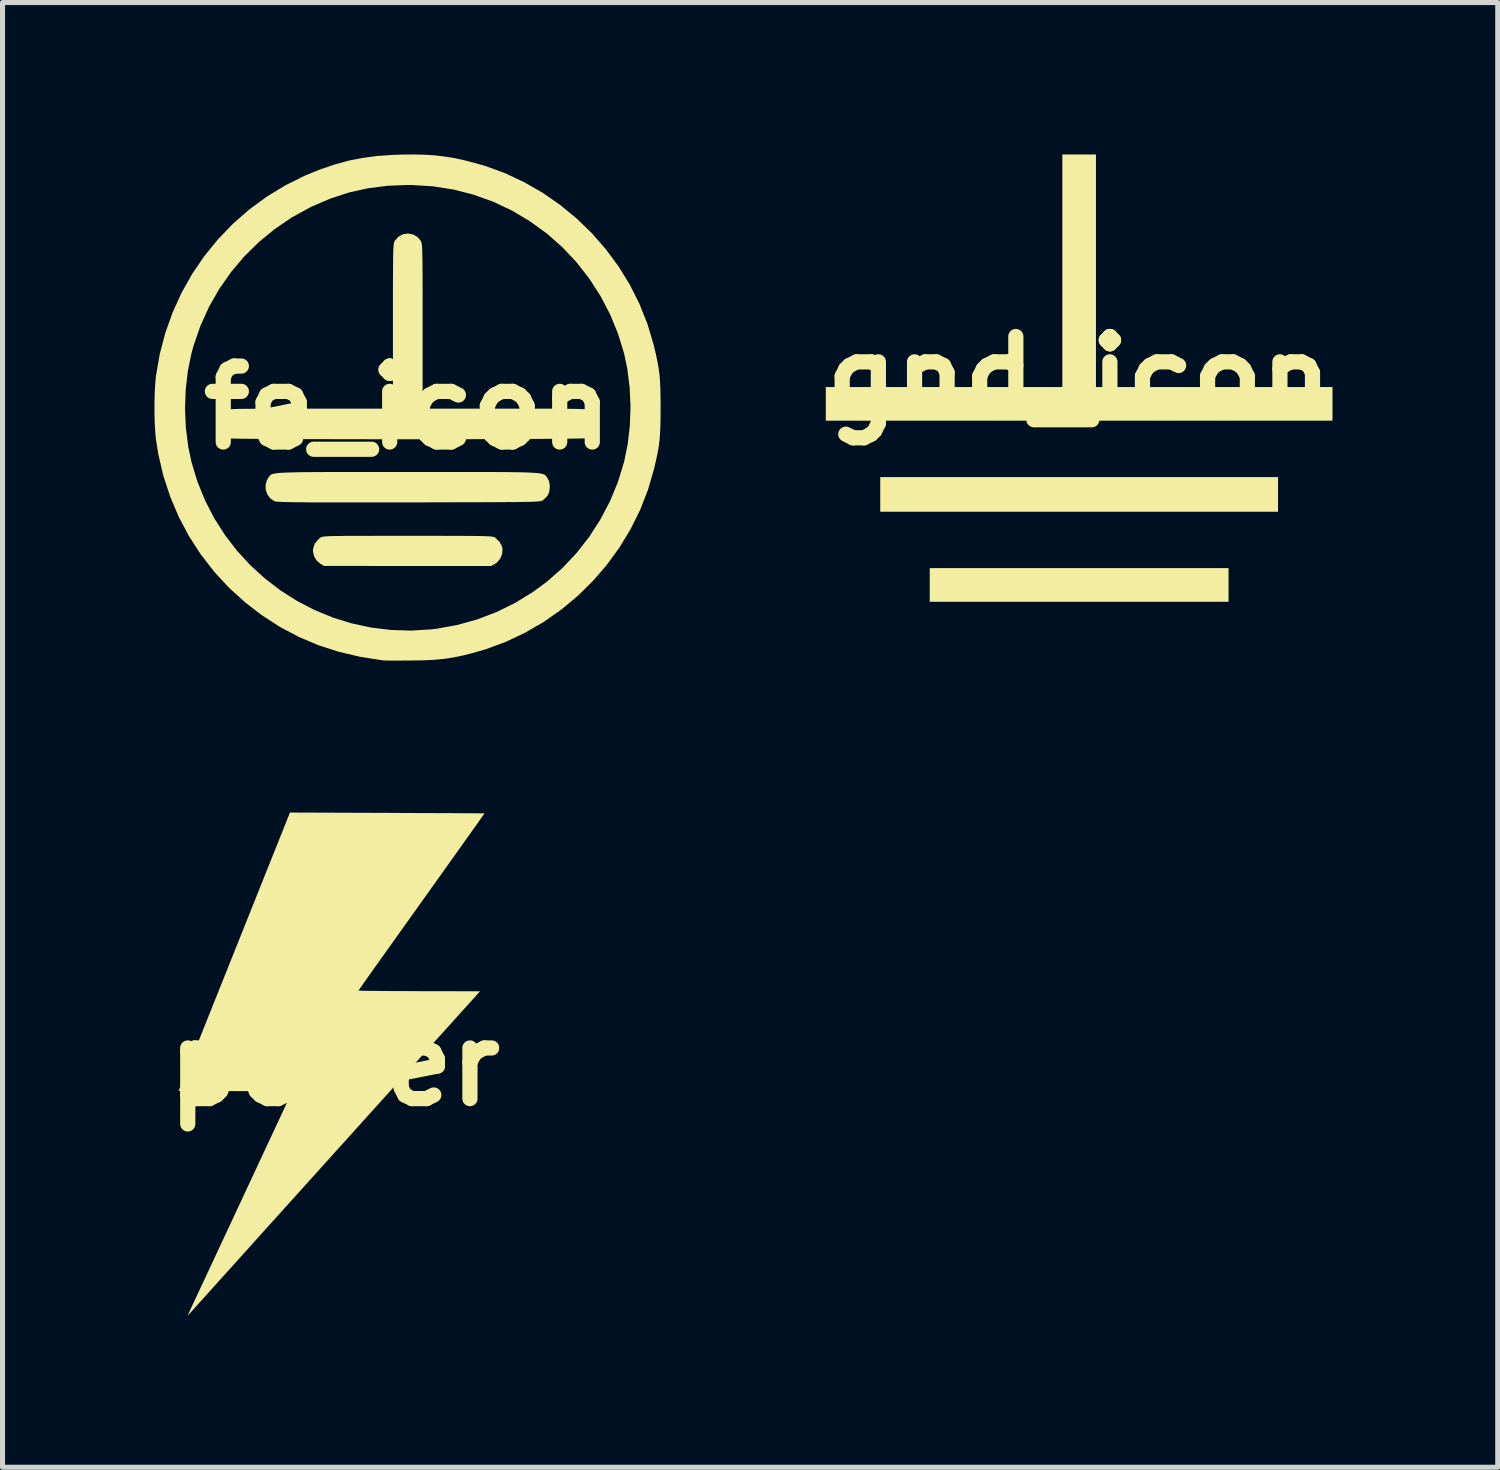
<source format=kicad_pcb>
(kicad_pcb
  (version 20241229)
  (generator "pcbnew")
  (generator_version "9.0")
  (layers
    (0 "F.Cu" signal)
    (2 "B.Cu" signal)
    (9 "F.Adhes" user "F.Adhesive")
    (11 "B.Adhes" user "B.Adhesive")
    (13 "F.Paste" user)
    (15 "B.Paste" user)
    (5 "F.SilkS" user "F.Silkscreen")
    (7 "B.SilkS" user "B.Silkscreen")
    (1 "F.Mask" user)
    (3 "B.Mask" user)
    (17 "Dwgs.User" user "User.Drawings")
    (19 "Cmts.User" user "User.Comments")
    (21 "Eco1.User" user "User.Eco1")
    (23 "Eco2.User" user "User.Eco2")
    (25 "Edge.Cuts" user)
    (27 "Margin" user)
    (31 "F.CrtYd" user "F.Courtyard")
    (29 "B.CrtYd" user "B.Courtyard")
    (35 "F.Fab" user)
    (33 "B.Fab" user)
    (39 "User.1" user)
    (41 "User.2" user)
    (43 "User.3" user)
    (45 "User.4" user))
  (footprint "gnd_icon"
    (layer "F.Cu")
    (at 18.257 4.416)
    (property "Reference" "gnd_icon" (at 0 0 0) (layer "F.SilkS") (effects (font (size 1.5 1.5) (thickness 0.3))))
    (attr board_only exclude_from_pos_files exclude_from_bom)
    (fp_poly (pts (xy 2.95 4.084) (xy 2.95 4.416) (xy 0 4.416) (xy -2.95 4.416) (xy -2.95 4.084) (xy -2.95 3.751) (xy 0 3.751) (xy 2.95 3.751)) (stroke (width 0) (type solid)) (fill yes) (layer "F.SilkS"))
    (fp_poly (pts (xy 3.927 2.296) (xy 3.927 2.638) (xy 0 2.638) (xy -3.927 2.638) (xy -3.927 2.296) (xy -3.927 1.954) (xy 0 1.954) (xy 3.927 1.954)) (stroke (width 0) (type solid)) (fill yes) (layer "F.SilkS"))
    (fp_poly (pts (xy 0.332 -2.12) (xy 0.332 0.176) (xy 2.667 0.176) (xy 5.002 0.176) (xy 5.002 0.508) (xy 5.002 0.84) (xy 0 0.84) (xy -5.002 0.84) (xy -5.002 0.508) (xy -5.002 0.176) (xy -2.667 0.176) (xy -0.332 0.176) (xy -0.332 -2.12) (xy -0.332 -4.416) (xy 0 -4.416) (xy 0.332 -4.416)) (stroke (width 0) (type solid)) (fill yes) (layer "F.SilkS")))
  (footprint "power"
    (layer "F.Cu")
    (at 3.55 17.963)
    (property "Reference" "power" (at 0 0 0) (layer "F.SilkS") (effects (font (size 1.5 1.5) (thickness 0.3))))
    (attr board_only exclude_from_pos_files exclude_from_bom)
    (fp_poly (pts (xy 1.044 -4.963) (xy 1.246 -4.962) (xy 1.443 -4.961) (xy 1.633 -4.96) (xy 1.814 -4.96) (xy 1.987 -4.959) (xy 2.149 -4.958) (xy 2.3 -4.958) (xy 2.438 -4.957) (xy 2.562 -4.956) (xy 2.672 -4.956) (xy 2.766 -4.955) (xy 2.844 -4.955) (xy 2.903 -4.954) (xy 2.943 -4.954) (xy 2.963 -4.954) (xy 2.965 -4.953) (xy 2.96 -4.945) (xy 2.942 -4.919) (xy 2.915 -4.88) (xy 2.877 -4.827) (xy 2.832 -4.762) (xy 2.779 -4.688) (xy 2.72 -4.605) (xy 2.656 -4.515) (xy 2.588 -4.419) (xy 2.584 -4.414) (xy 2.507 -4.306) (xy 2.42 -4.184) (xy 2.326 -4.052) (xy 2.226 -3.912) (xy 2.124 -3.768) (xy 2.021 -3.624) (xy 1.921 -3.483) (xy 1.825 -3.349) (xy 1.743 -3.235) (xy 1.654 -3.109) (xy 1.556 -2.972) (xy 1.453 -2.828) (xy 1.348 -2.68) (xy 1.242 -2.532) (xy 1.14 -2.388) (xy 1.042 -2.251) (xy 0.952 -2.125) (xy 0.883 -2.028) (xy 0.812 -1.929) (xy 0.746 -1.836) (xy 0.685 -1.75) (xy 0.629 -1.671) (xy 0.581 -1.603) (xy 0.541 -1.545) (xy 0.51 -1.501) (xy 0.489 -1.47) (xy 0.479 -1.455) (xy 0.479 -1.454) (xy 0.489 -1.453) (xy 0.52 -1.452) (xy 0.57 -1.451) (xy 0.638 -1.45) (xy 0.721 -1.449) (xy 0.82 -1.448) (xy 0.932 -1.447) (xy 1.056 -1.446) (xy 1.191 -1.445) (xy 1.335 -1.445) (xy 1.487 -1.444) (xy 1.645 -1.444) (xy 1.678 -1.443) (xy 2.878 -1.441) (xy 2.132 -0.613) (xy 1.916 -0.374) (xy 1.698 -0.132) (xy 1.478 0.112) (xy 1.259 0.356) (xy 1.041 0.598) (xy 0.825 0.837) (xy 0.614 1.071) (xy 0.409 1.299) (xy 0.21 1.52) (xy 0.019 1.731) (xy -0.162 1.932) (xy -0.331 2.12) (xy -0.489 2.295) (xy -0.577 2.392) (xy -0.766 2.603) (xy -0.951 2.807) (xy -1.13 3.006) (xy -1.303 3.197) (xy -1.468 3.381) (xy -1.626 3.557) (xy -1.776 3.723) (xy -1.917 3.88) (xy -2.049 4.026) (xy -2.171 4.161) (xy -2.282 4.284) (xy -2.381 4.395) (xy -2.469 4.492) (xy -2.544 4.576) (xy -2.606 4.645) (xy -2.654 4.698) (xy -2.663 4.707) (xy -2.727 4.779) (xy -2.779 4.837) (xy -2.818 4.881) (xy -2.848 4.913) (xy -2.869 4.935) (xy -2.882 4.949) (xy -2.889 4.956) (xy -2.892 4.957) (xy -2.892 4.954) (xy -2.889 4.948) (xy -2.889 4.947) (xy -2.883 4.934) (xy -2.869 4.903) (xy -2.848 4.858) (xy -2.822 4.801) (xy -2.791 4.734) (xy -2.757 4.662) (xy -2.748 4.643) (xy -2.714 4.571) (xy -2.673 4.483) (xy -2.626 4.383) (xy -2.575 4.274) (xy -2.522 4.161) (xy -2.468 4.046) (xy -2.416 3.934) (xy -2.387 3.871) (xy -2.336 3.763) (xy -2.279 3.639) (xy -2.216 3.504) (xy -2.149 3.363) (xy -2.082 3.218) (xy -2.015 3.076) (xy -1.952 2.939) (xy -1.893 2.813) (xy -1.889 2.805) (xy -1.837 2.695) (xy -1.787 2.586) (xy -1.738 2.481) (xy -1.692 2.383) (xy -1.65 2.293) (xy -1.613 2.214) (xy -1.583 2.149) (xy -1.56 2.1) (xy -1.549 2.077) (xy -1.533 2.042) (xy -1.508 1.989) (xy -1.477 1.92) (xy -1.438 1.839) (xy -1.395 1.745) (xy -1.347 1.643) (xy -1.296 1.533) (xy -1.242 1.418) (xy -1.187 1.3) (xy -1.164 1.25) (xy -1.11 1.136) (xy -1.059 1.027) (xy -1.012 0.926) (xy -0.969 0.833) (xy -0.931 0.75) (xy -0.898 0.68) (xy -0.872 0.623) (xy -0.853 0.582) (xy -0.843 0.558) (xy -0.84 0.552) (xy -0.84 0.549) (xy -0.843 0.546) (xy -0.849 0.544) (xy -0.861 0.542) (xy -0.879 0.54) (xy -0.904 0.538) (xy -0.938 0.537) (xy -0.983 0.536) (xy -1.038 0.535) (xy -1.106 0.534) (xy -1.187 0.533) (xy -1.284 0.532) (xy -1.396 0.532) (xy -1.526 0.531) (xy -1.675 0.531) (xy -1.843 0.53) (xy -1.954 0.53) (xy -3.073 0.527) (xy -1.974 -2.221) (xy -0.875 -4.97)) (stroke (width 0) (type solid)) (fill yes) (layer "F.SilkS")))
  (footprint "fe_icon"
    (layer "F.Cu")
    (at 5.001 4.999)
    (property "Reference" "fe_icon" (at 0 0 0) (layer "F.SilkS") (effects (font (size 1.5 1.5) (thickness 0.3))))
    (attr board_only exclude_from_pos_files exclude_from_bom)
    (fp_poly (pts (xy 0.294 2.53) (xy 0.552 2.53) (xy 0.776 2.531) (xy 0.969 2.531) (xy 1.132 2.532) (xy 1.269 2.532) (xy 1.382 2.534) (xy 1.473 2.535) (xy 1.545 2.538) (xy 1.601 2.54) (xy 1.643 2.544) (xy 1.674 2.548) (xy 1.696 2.552) (xy 1.711 2.558) (xy 1.722 2.564) (xy 1.731 2.571) (xy 1.813 2.65) (xy 1.86 2.741) (xy 1.87 2.789) (xy 1.864 2.887) (xy 1.826 2.98) (xy 1.762 3.056) (xy 1.722 3.083) (xy 1.646 3.126) (xy -0.003 3.126) (xy -1.651 3.125) (xy -1.724 3.083) (xy -1.799 3.019) (xy -1.85 2.933) (xy -1.872 2.836) (xy -1.87 2.789) (xy -1.839 2.691) (xy -1.774 2.607) (xy -1.731 2.571) (xy -1.721 2.563) (xy -1.71 2.557) (xy -1.694 2.552) (xy -1.672 2.547) (xy -1.64 2.543) (xy -1.597 2.54) (xy -1.54 2.537) (xy -1.466 2.535) (xy -1.373 2.534) (xy -1.258 2.532) (xy -1.119 2.531) (xy -0.953 2.531) (xy -0.759 2.531) (xy -0.532 2.53) (xy -0.271 2.53) (xy 0 2.53)) (stroke (width 0) (type solid)) (fill yes) (layer "F.SilkS"))
    (fp_poly (pts (xy 1.022 1.27) (xy 1.293 1.27) (xy 1.533 1.27) (xy 1.745 1.271) (xy 1.929 1.272) (xy 2.087 1.274) (xy 2.223 1.276) (xy 2.337 1.279) (xy 2.432 1.283) (xy 2.509 1.288) (xy 2.571 1.293) (xy 2.62 1.3) (xy 2.658 1.308) (xy 2.685 1.317) (xy 2.706 1.327) (xy 2.721 1.339) (xy 2.732 1.352) (xy 2.742 1.366) (xy 2.752 1.383) (xy 2.76 1.395) (xy 2.789 1.45) (xy 2.802 1.518) (xy 2.804 1.567) (xy 2.794 1.663) (xy 2.759 1.739) (xy 2.693 1.807) (xy 2.669 1.826) (xy 2.661 1.831) (xy 2.652 1.837) (xy 2.639 1.841) (xy 2.621 1.845) (xy 2.596 1.849) (xy 2.561 1.852) (xy 2.515 1.855) (xy 2.456 1.858) (xy 2.381 1.86) (xy 2.29 1.861) (xy 2.178 1.863) (xy 2.046 1.864) (xy 1.89 1.865) (xy 1.709 1.866) (xy 1.501 1.867) (xy 1.263 1.868) (xy 0.994 1.868) (xy 0.692 1.869) (xy 0.355 1.87) (xy 0.023 1.87) (xy -0.359 1.871) (xy -0.703 1.871) (xy -1.012 1.871) (xy -1.287 1.871) (xy -1.531 1.871) (xy -1.744 1.87) (xy -1.93 1.87) (xy -2.089 1.868) (xy -2.223 1.867) (xy -2.335 1.865) (xy -2.426 1.863) (xy -2.497 1.861) (xy -2.552 1.858) (xy -2.591 1.855) (xy -2.616 1.852) (xy -2.629 1.848) (xy -2.714 1.792) (xy -2.773 1.712) (xy -2.805 1.618) (xy -2.807 1.519) (xy -2.777 1.423) (xy -2.755 1.388) (xy -2.744 1.371) (xy -2.735 1.356) (xy -2.725 1.343) (xy -2.712 1.331) (xy -2.695 1.32) (xy -2.672 1.311) (xy -2.64 1.303) (xy -2.598 1.296) (xy -2.544 1.29) (xy -2.475 1.285) (xy -2.39 1.281) (xy -2.287 1.278) (xy -2.164 1.275) (xy -2.018 1.273) (xy -1.848 1.272) (xy -1.652 1.271) (xy -1.428 1.27) (xy -1.174 1.27) (xy -0.888 1.27) (xy -0.568 1.27) (xy -0.211 1.27) (xy 0 1.27) (xy 0.377 1.27) (xy 0.717 1.27)) (stroke (width 0) (type solid)) (fill yes) (layer "F.SilkS"))
    (fp_poly (pts (xy 0.105 -3.42) (xy 0.194 -3.368) (xy 0.254 -3.297) (xy 0.261 -3.285) (xy 0.267 -3.271) (xy 0.272 -3.252) (xy 0.277 -3.226) (xy 0.281 -3.19) (xy 0.284 -3.142) (xy 0.286 -3.08) (xy 0.288 -2.999) (xy 0.29 -2.899) (xy 0.291 -2.777) (xy 0.292 -2.629) (xy 0.292 -2.453) (xy 0.293 -2.247) (xy 0.293 -2.008) (xy 0.293 -1.734) (xy 0.293 -1.607) (xy 0.293 0.02) (xy 1.92 0.02) (xy 2.21 0.02) (xy 2.463 0.02) (xy 2.682 0.02) (xy 2.871 0.02) (xy 3.03 0.021) (xy 3.163 0.022) (xy 3.272 0.024) (xy 3.361 0.025) (xy 3.431 0.028) (xy 3.484 0.031) (xy 3.525 0.034) (xy 3.555 0.038) (xy 3.576 0.043) (xy 3.592 0.049) (xy 3.605 0.055) (xy 3.61 0.059) (xy 3.687 0.126) (xy 3.734 0.208) (xy 3.752 0.299) (xy 3.742 0.39) (xy 3.704 0.475) (xy 3.64 0.546) (xy 3.552 0.596) (xy 3.527 0.604) (xy 3.499 0.606) (xy 3.435 0.608) (xy 3.336 0.61) (xy 3.206 0.612) (xy 3.046 0.614) (xy 2.859 0.615) (xy 2.648 0.617) (xy 2.414 0.618) (xy 2.161 0.619) (xy 1.891 0.62) (xy 1.605 0.621) (xy 1.308 0.622) (xy 1 0.623) (xy 0.685 0.623) (xy 0.364 0.623) (xy 0.041 0.624) (xy -0.283 0.624) (xy -0.604 0.624) (xy -0.921 0.623) (xy -1.231 0.623) (xy -1.532 0.622) (xy -1.821 0.622) (xy -2.095 0.621) (xy -2.354 0.62) (xy -2.593 0.619) (xy -2.81 0.617) (xy -3.004 0.616) (xy -3.171 0.614) (xy -3.31 0.613) (xy -3.417 0.611) (xy -3.491 0.609) (xy -3.529 0.606) (xy -3.533 0.606) (xy -3.622 0.567) (xy -3.688 0.504) (xy -3.731 0.423) (xy -3.749 0.333) (xy -3.741 0.241) (xy -3.706 0.154) (xy -3.643 0.082) (xy -3.61 0.059) (xy -3.598 0.052) (xy -3.583 0.046) (xy -3.565 0.04) (xy -3.539 0.036) (xy -3.503 0.032) (xy -3.455 0.029) (xy -3.392 0.026) (xy -3.312 0.024) (xy -3.212 0.023) (xy -3.089 0.022) (xy -2.941 0.021) (xy -2.766 0.02) (xy -2.56 0.02) (xy -2.321 0.02) (xy -2.047 0.02) (xy -1.92 0.02) (xy -0.293 0.02) (xy -0.293 -1.607) (xy -0.293 -1.897) (xy -0.293 -2.15) (xy -0.293 -2.37) (xy -0.292 -2.558) (xy -0.291 -2.717) (xy -0.29 -2.85) (xy -0.289 -2.96) (xy -0.287 -3.048) (xy -0.285 -3.118) (xy -0.282 -3.172) (xy -0.278 -3.212) (xy -0.274 -3.242) (xy -0.269 -3.264) (xy -0.264 -3.279) (xy -0.257 -3.292) (xy -0.254 -3.297) (xy -0.184 -3.376) (xy -0.093 -3.424) (xy 0 -3.439)) (stroke (width 0) (type solid)) (fill yes) (layer "F.SilkS"))
    (fp_poly (pts (xy 0.337 -4.994) (xy 0.531 -4.982) (xy 0.717 -4.96) (xy 0.905 -4.93) (xy 1.094 -4.891) (xy 1.508 -4.78) (xy 1.908 -4.635) (xy 2.293 -4.455) (xy 2.66 -4.245) (xy 3.007 -4.004) (xy 3.333 -3.736) (xy 3.636 -3.443) (xy 3.913 -3.125) (xy 4.164 -2.786) (xy 4.385 -2.426) (xy 4.575 -2.048) (xy 4.732 -1.654) (xy 4.854 -1.245) (xy 4.862 -1.211) (xy 4.9 -1.052) (xy 4.929 -0.912) (xy 4.952 -0.785) (xy 4.969 -0.66) (xy 4.98 -0.531) (xy 4.987 -0.388) (xy 4.991 -0.225) (xy 4.992 -0.032) (xy 4.992 0) (xy 4.991 0.198) (xy 4.988 0.366) (xy 4.981 0.511) (xy 4.971 0.642) (xy 4.955 0.766) (xy 4.933 0.893) (xy 4.904 1.03) (xy 4.868 1.186) (xy 4.862 1.211) (xy 4.743 1.621) (xy 4.589 2.016) (xy 4.401 2.396) (xy 4.182 2.757) (xy 3.934 3.099) (xy 3.658 3.419) (xy 3.357 3.716) (xy 3.032 3.986) (xy 2.686 4.229) (xy 2.319 4.442) (xy 1.936 4.624) (xy 1.536 4.771) (xy 1.273 4.847) (xy 1.101 4.89) (xy 0.946 4.923) (xy 0.799 4.949) (xy 0.652 4.967) (xy 0.494 4.98) (xy 0.318 4.988) (xy 0.113 4.992) (xy 0.078 4.992) (xy -0.061 4.993) (xy -0.191 4.994) (xy -0.306 4.994) (xy -0.398 4.993) (xy -0.462 4.991) (xy -0.488 4.99) (xy -0.939 4.92) (xy -1.365 4.819) (xy -1.771 4.688) (xy -2.159 4.523) (xy -2.53 4.325) (xy -2.888 4.093) (xy -3.204 3.85) (xy -3.526 3.559) (xy -3.82 3.242) (xy -4.084 2.901) (xy -4.319 2.539) (xy -4.521 2.157) (xy -4.69 1.758) (xy -4.826 1.345) (xy -4.925 0.919) (xy -4.973 0.619) (xy -4.986 0.475) (xy -4.996 0.304) (xy -5.001 0.115) (xy -5.001 0.025) (xy -4.398 0.025) (xy -4.381 0.401) (xy -4.335 0.767) (xy -4.272 1.068) (xy -4.154 1.459) (xy -4.002 1.832) (xy -3.82 2.185) (xy -3.608 2.517) (xy -3.37 2.827) (xy -3.106 3.113) (xy -2.819 3.374) (xy -2.512 3.609) (xy -2.185 3.817) (xy -1.841 3.995) (xy -1.482 4.143) (xy -1.11 4.259) (xy -0.727 4.341) (xy -0.335 4.389) (xy 0.064 4.402) (xy 0.468 4.377) (xy 0.567 4.365) (xy 0.972 4.292) (xy 1.368 4.182) (xy 1.751 4.036) (xy 2.119 3.855) (xy 2.469 3.641) (xy 2.743 3.44) (xy 3.05 3.17) (xy 3.33 2.873) (xy 3.582 2.552) (xy 3.803 2.208) (xy 3.993 1.846) (xy 4.149 1.468) (xy 4.269 1.078) (xy 4.272 1.068) (xy 4.343 0.718) (xy 4.385 0.352) (xy 4.398 -0.024) (xy 4.381 -0.398) (xy 4.335 -0.764) (xy 4.272 -1.068) (xy 4.152 -1.459) (xy 3.997 -1.838) (xy 3.808 -2.2) (xy 3.587 -2.544) (xy 3.336 -2.866) (xy 3.057 -3.164) (xy 2.751 -3.434) (xy 2.743 -3.44) (xy 2.406 -3.684) (xy 2.053 -3.894) (xy 1.684 -4.067) (xy 1.301 -4.205) (xy 0.906 -4.306) (xy 0.5 -4.37) (xy 0.083 -4.396) (xy 0 -4.397) (xy -0.402 -4.381) (xy -0.786 -4.332) (xy -1.158 -4.249) (xy -1.522 -4.131) (xy -1.883 -3.976) (xy -1.925 -3.956) (xy -2.286 -3.758) (xy -2.625 -3.528) (xy -2.94 -3.27) (xy -3.229 -2.985) (xy -3.491 -2.675) (xy -3.723 -2.343) (xy -3.924 -1.99) (xy -4.093 -1.618) (xy -4.227 -1.23) (xy -4.272 -1.068) (xy -4.343 -0.718) (xy -4.385 -0.35) (xy -4.398 0.025) (xy -5.001 0.025) (xy -5.001 -0.081) (xy -4.997 -0.272) (xy -4.988 -0.447) (xy -4.975 -0.597) (xy -4.973 -0.619) (xy -4.898 -1.053) (xy -4.788 -1.474) (xy -4.643 -1.88) (xy -4.465 -2.271) (xy -4.255 -2.643) (xy -4.015 -2.995) (xy -3.746 -3.325) (xy -3.451 -3.632) (xy -3.129 -3.913) (xy -2.783 -4.167) (xy -2.414 -4.391) (xy -2.024 -4.585) (xy -1.721 -4.707) (xy -1.442 -4.802) (xy -1.171 -4.876) (xy -0.899 -4.93) (xy -0.616 -4.968) (xy -0.312 -4.99) (xy -0.115 -4.997) (xy 0.125 -4.999)) (stroke (width 0) (type solid)) (fill yes) (layer "F.SilkS")))
  (gr_rect
    (start -3 -3)
    (end 26.522 25.92)
    (stroke (width 0.1) (type default))
    (fill no)
    (layer "Edge.Cuts")))
</source>
